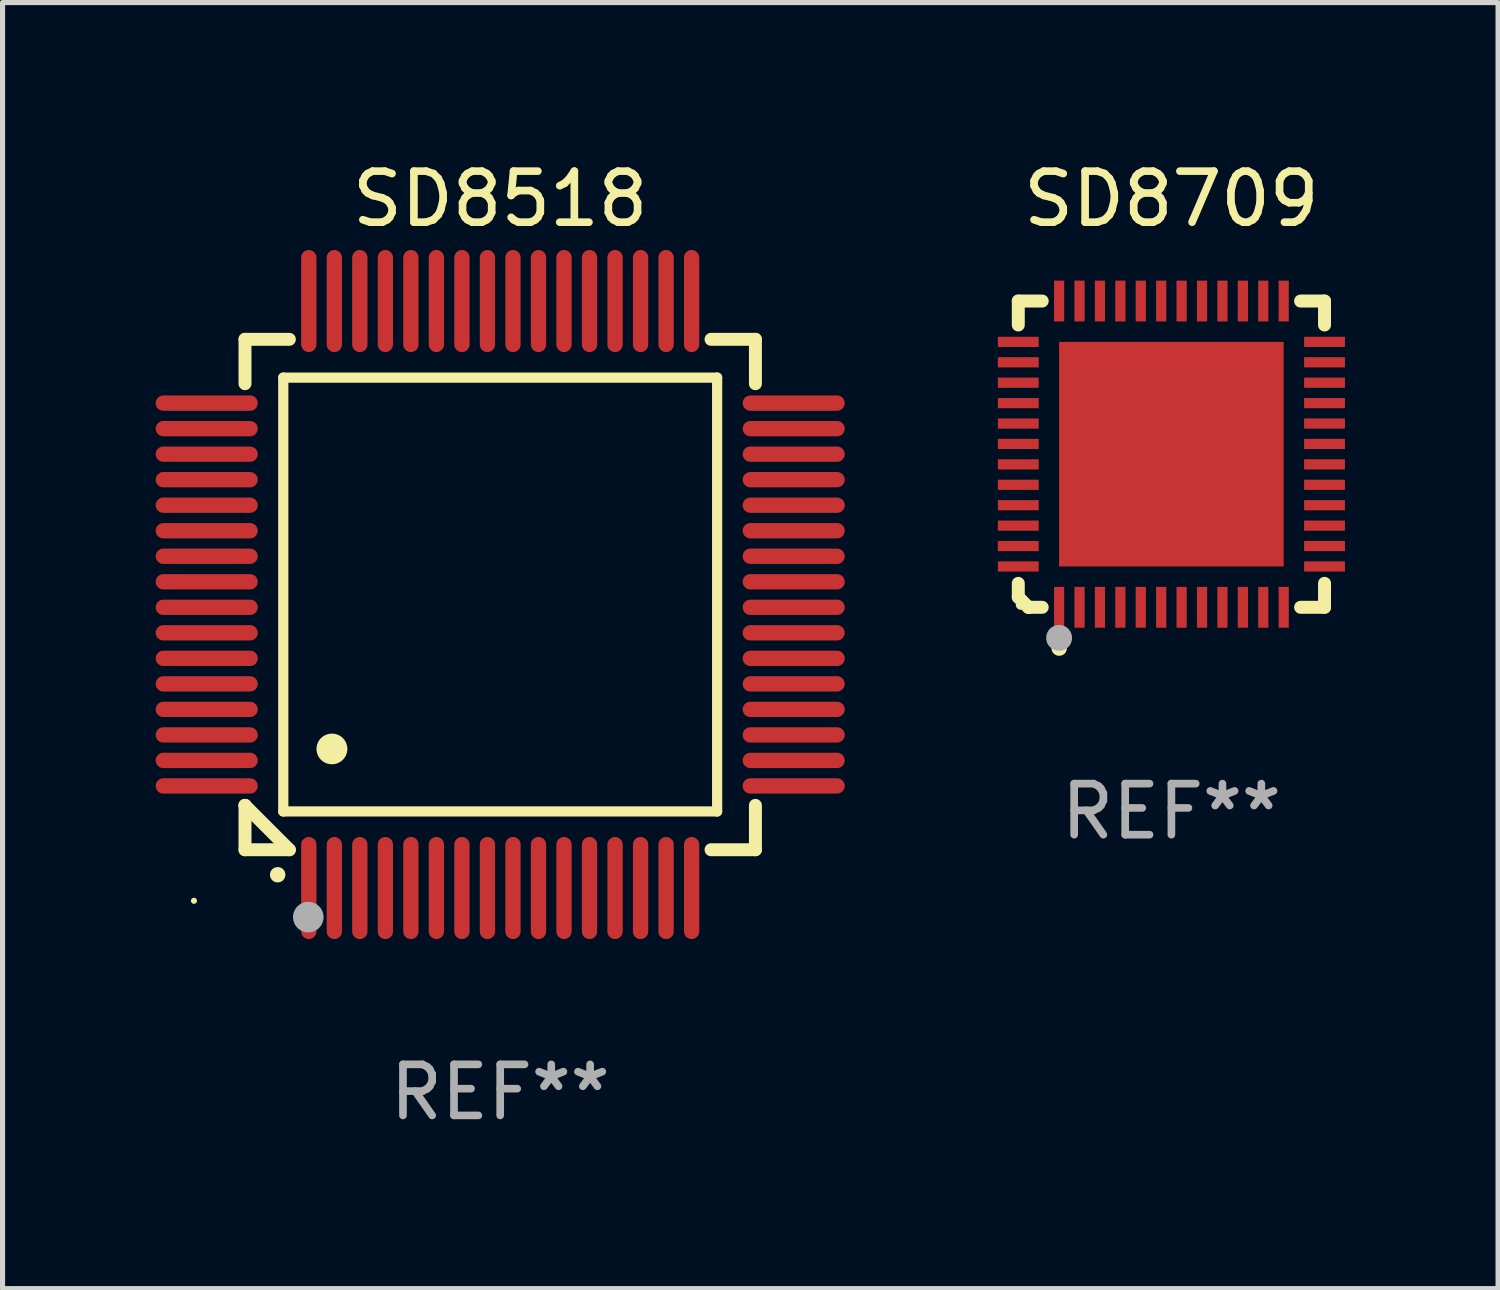
<source format=kicad_pcb>
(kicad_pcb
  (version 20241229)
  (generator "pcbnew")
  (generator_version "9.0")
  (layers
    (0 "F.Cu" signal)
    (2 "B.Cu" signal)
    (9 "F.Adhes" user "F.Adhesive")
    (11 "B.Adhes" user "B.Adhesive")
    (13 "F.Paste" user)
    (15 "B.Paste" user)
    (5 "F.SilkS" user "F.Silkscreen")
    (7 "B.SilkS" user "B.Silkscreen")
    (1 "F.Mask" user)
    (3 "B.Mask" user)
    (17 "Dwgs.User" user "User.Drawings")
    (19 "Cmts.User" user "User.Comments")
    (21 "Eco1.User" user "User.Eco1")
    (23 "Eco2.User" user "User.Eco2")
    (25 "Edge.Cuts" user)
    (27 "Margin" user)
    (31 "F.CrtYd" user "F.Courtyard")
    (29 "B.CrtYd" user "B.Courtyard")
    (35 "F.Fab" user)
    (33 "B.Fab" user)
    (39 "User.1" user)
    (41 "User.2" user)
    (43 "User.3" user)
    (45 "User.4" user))
  (footprint "SD8709"
    (layer "F.Cu")
    (at 19.9 5.848)
    (property "Reference" "SD8709" (at 0 -5 0) (layer "F.SilkS") (effects (font (size 1 1) (thickness 0.15))))
    (attr through_hole)
    (fp_line (start -3 -3) (end -3 -2.531) (stroke (width 0.254) (type solid)) (layer "F.SilkS"))
    (fp_line (start -3 2.8) (end -3 2.531) (stroke (width 0.254) (type solid)) (layer "F.SilkS"))
    (fp_line (start -2.8 3) (end -3 2.8) (stroke (width 0.254) (type solid)) (layer "F.SilkS"))
    (fp_line (start -2.8 3) (end -2.8 3) (stroke (width 0.254) (type solid)) (layer "F.SilkS"))
    (fp_line (start -2.531 -3) (end -3 -3) (stroke (width 0.254) (type solid)) (layer "F.SilkS"))
    (fp_line (start -2.531 3) (end -2.8 3) (stroke (width 0.254) (type solid)) (layer "F.SilkS"))
    (fp_line (start 2.531 -3) (end 3 -3) (stroke (width 0.254) (type solid)) (layer "F.SilkS"))
    (fp_line (start 3 -3) (end 3 -2.531) (stroke (width 0.254) (type solid)) (layer "F.SilkS"))
    (fp_line (start 3 2.531) (end 3 3) (stroke (width 0.254) (type solid)) (layer "F.SilkS"))
    (fp_line (start 3 3) (end 2.531 3) (stroke (width 0.254) (type solid)) (layer "F.SilkS"))
    (fp_arc (start -2.2 3.8) (mid -2.19873 3.799995) (end -2.19746 3.8) (stroke (width 0.3) (type solid)) (layer "F.SilkS"))
    (fp_circle (center -2.95 2.95) (end -2.9 2.95) (stroke (width 0.1) (type solid)) (fill no) (layer "F.SilkS"))
    (fp_circle (center -2.2 3.6) (end -2.073 3.6) (stroke (width 0.254) (type solid)) (fill no) (layer "F.Fab"))
    (fp_text user "REF**" (at 0 7 0) (layer "F.Fab") (effects (font (size 1 1) (thickness 0.15))))
    (pad "1" smd rect (at -2.2 3 180) (size 0.2 0.8) (layers "F.Cu" "F.Mask" "F.Paste"))
    (pad "2" smd rect (at -1.8 3 180) (size 0.2 0.8) (layers "F.Cu" "F.Mask" "F.Paste"))
    (pad "3" smd rect (at -1.4 3 180) (size 0.2 0.8) (layers "F.Cu" "F.Mask" "F.Paste"))
    (pad "4" smd rect (at -1 3 180) (size 0.2 0.8) (layers "F.Cu" "F.Mask" "F.Paste"))
    (pad "5" smd rect (at -0.6 3 180) (size 0.2 0.8) (layers "F.Cu" "F.Mask" "F.Paste"))
    (pad "6" smd rect (at -0.2 3 180) (size 0.2 0.8) (layers "F.Cu" "F.Mask" "F.Paste"))
    (pad "7" smd rect (at 0.2 3 180) (size 0.2 0.8) (layers "F.Cu" "F.Mask" "F.Paste"))
    (pad "8" smd rect (at 0.6 3 180) (size 0.2 0.8) (layers "F.Cu" "F.Mask" "F.Paste"))
    (pad "9" smd rect (at 1 3 180) (size 0.2 0.8) (layers "F.Cu" "F.Mask" "F.Paste"))
    (pad "10" smd rect (at 1.4 3 180) (size 0.2 0.8) (layers "F.Cu" "F.Mask" "F.Paste"))
    (pad "11" smd rect (at 1.8 3 180) (size 0.2 0.8) (layers "F.Cu" "F.Mask" "F.Paste"))
    (pad "12" smd rect (at 2.2 3 180) (size 0.2 0.8) (layers "F.Cu" "F.Mask" "F.Paste"))
    (pad "13" smd rect (at 3 2.2 90) (size 0.2 0.8) (layers "F.Cu" "F.Mask" "F.Paste"))
    (pad "14" smd rect (at 3 1.8 90) (size 0.2 0.8) (layers "F.Cu" "F.Mask" "F.Paste"))
    (pad "15" smd rect (at 3 1.4 90) (size 0.2 0.8) (layers "F.Cu" "F.Mask" "F.Paste"))
    (pad "16" smd rect (at 3 1 90) (size 0.2 0.8) (layers "F.Cu" "F.Mask" "F.Paste"))
    (pad "17" smd rect (at 3 0.6 90) (size 0.2 0.8) (layers "F.Cu" "F.Mask" "F.Paste"))
    (pad "18" smd rect (at 3 0.2 90) (size 0.2 0.8) (layers "F.Cu" "F.Mask" "F.Paste"))
    (pad "19" smd rect (at 3 -0.2 90) (size 0.2 0.8) (layers "F.Cu" "F.Mask" "F.Paste"))
    (pad "20" smd rect (at 3 -0.6 90) (size 0.2 0.8) (layers "F.Cu" "F.Mask" "F.Paste"))
    (pad "21" smd rect (at 3 -1 90) (size 0.2 0.8) (layers "F.Cu" "F.Mask" "F.Paste"))
    (pad "22" smd rect (at 3 -1.4 90) (size 0.2 0.8) (layers "F.Cu" "F.Mask" "F.Paste"))
    (pad "23" smd rect (at 3 -1.8 90) (size 0.2 0.8) (layers "F.Cu" "F.Mask" "F.Paste"))
    (pad "24" smd rect (at 3 -2.2 90) (size 0.2 0.8) (layers "F.Cu" "F.Mask" "F.Paste"))
    (pad "25" smd rect (at 2.2 -3 180) (size 0.2 0.8) (layers "F.Cu" "F.Mask" "F.Paste"))
    (pad "26" smd rect (at 1.8 -3 180) (size 0.2 0.8) (layers "F.Cu" "F.Mask" "F.Paste"))
    (pad "27" smd rect (at 1.4 -3 180) (size 0.2 0.8) (layers "F.Cu" "F.Mask" "F.Paste"))
    (pad "28" smd rect (at 1 -3 180) (size 0.2 0.8) (layers "F.Cu" "F.Mask" "F.Paste"))
    (pad "29" smd rect (at 0.6 -3 180) (size 0.2 0.8) (layers "F.Cu" "F.Mask" "F.Paste"))
    (pad "30" smd rect (at 0.2 -3 180) (size 0.2 0.8) (layers "F.Cu" "F.Mask" "F.Paste"))
    (pad "31" smd rect (at -0.2 -3 180) (size 0.2 0.8) (layers "F.Cu" "F.Mask" "F.Paste"))
    (pad "32" smd rect (at -0.6 -3 180) (size 0.2 0.8) (layers "F.Cu" "F.Mask" "F.Paste"))
    (pad "33" smd rect (at -1 -3 180) (size 0.2 0.8) (layers "F.Cu" "F.Mask" "F.Paste"))
    (pad "34" smd rect (at -1.4 -3 180) (size 0.2 0.8) (layers "F.Cu" "F.Mask" "F.Paste"))
    (pad "35" smd rect (at -1.8 -3 180) (size 0.2 0.8) (layers "F.Cu" "F.Mask" "F.Paste"))
    (pad "36" smd rect (at -2.2 -3 180) (size 0.2 0.8) (layers "F.Cu" "F.Mask" "F.Paste"))
    (pad "37" smd rect (at -3 -2.2 90) (size 0.2 0.8) (layers "F.Cu" "F.Mask" "F.Paste"))
    (pad "38" smd rect (at -3 -1.8 90) (size 0.2 0.8) (layers "F.Cu" "F.Mask" "F.Paste"))
    (pad "39" smd rect (at -3 -1.4 90) (size 0.2 0.8) (layers "F.Cu" "F.Mask" "F.Paste"))
    (pad "40" smd rect (at -3 -1 90) (size 0.2 0.8) (layers "F.Cu" "F.Mask" "F.Paste"))
    (pad "41" smd rect (at -3 -0.6 90) (size 0.2 0.8) (layers "F.Cu" "F.Mask" "F.Paste"))
    (pad "42" smd rect (at -3 -0.2 90) (size 0.2 0.8) (layers "F.Cu" "F.Mask" "F.Paste"))
    (pad "43" smd rect (at -3 0.2 90) (size 0.2 0.8) (layers "F.Cu" "F.Mask" "F.Paste"))
    (pad "44" smd rect (at -3 0.6 90) (size 0.2 0.8) (layers "F.Cu" "F.Mask" "F.Paste"))
    (pad "45" smd rect (at -3 1 90) (size 0.2 0.8) (layers "F.Cu" "F.Mask" "F.Paste"))
    (pad "46" smd rect (at -3 1.4 90) (size 0.2 0.8) (layers "F.Cu" "F.Mask" "F.Paste"))
    (pad "47" smd rect (at -3 1.8 90) (size 0.2 0.8) (layers "F.Cu" "F.Mask" "F.Paste"))
    (pad "48" smd rect (at -3 2.2 90) (size 0.2 0.8) (layers "F.Cu" "F.Mask" "F.Paste"))
    (pad "49" smd rect (at 0 0 90) (size 4.4 4.4) (layers "F.Cu" "F.Mask" "F.Paste")))
  (footprint "SD8518"
    (layer "F.Cu")
    (at 6.75 8.598)
    (property "Reference" "SD8518" (at 0 -7.75 0) (layer "F.SilkS") (effects (font (size 1 1) (thickness 0.15))))
    (attr through_hole)
    (fp_line (start -5 -5) (end -4.131 -5) (stroke (width 0.254) (type solid)) (layer "F.SilkS"))
    (fp_line (start -5 -4.131) (end -5 -5) (stroke (width 0.254) (type solid)) (layer "F.SilkS"))
    (fp_line (start -5 4.131) (end -5 4.131) (stroke (width 0.254) (type solid)) (layer "F.SilkS"))
    (fp_line (start -5 5) (end -5 4.131) (stroke (width 0.254) (type solid)) (layer "F.SilkS"))
    (fp_line (start -5 4.131) (end -4.131 5) (stroke (width 0.254) (type solid)) (layer "F.SilkS"))
    (fp_line (start -4.25 -4.25) (end -4.25 4.25) (stroke (width 0.2) (type solid)) (layer "F.SilkS"))
    (fp_line (start -4.25 4.25) (end 4.25 4.25) (stroke (width 0.2) (type solid)) (layer "F.SilkS"))
    (fp_line (start -4.131 5) (end -5 5) (stroke (width 0.254) (type solid)) (layer "F.SilkS"))
    (fp_line (start 4.25 -4.25) (end -4.25 -4.25) (stroke (width 0.2) (type solid)) (layer "F.SilkS"))
    (fp_line (start 4.25 4.25) (end 4.25 -4.25) (stroke (width 0.2) (type solid)) (layer "F.SilkS"))
    (fp_line (start 5 -5) (end 4.131 -5) (stroke (width 0.254) (type solid)) (layer "F.SilkS"))
    (fp_line (start 5 -5) (end 5 -4.131) (stroke (width 0.254) (type solid)) (layer "F.SilkS"))
    (fp_line (start 5 4.131) (end 5 5) (stroke (width 0.254) (type solid)) (layer "F.SilkS"))
    (fp_line (start 5 5) (end 4.131 5) (stroke (width 0.254) (type solid)) (layer "F.SilkS"))
    (fp_arc (start -4.361265 5.489992) (mid -4.359995 5.489987) (end -4.358725 5.489992) (stroke (width 0.3) (type solid)) (layer "F.SilkS"))
    (fp_arc (start -3.299467 3.025146) (mid -3.296927 3.025135) (end -3.294387 3.025146) (stroke (width 0.6) (type solid)) (layer "F.SilkS"))
    (fp_circle (center -6 6) (end -5.97 6) (stroke (width 0.06) (type solid)) (fill no) (layer "F.SilkS"))
    (fp_circle (center -3.76 6.32) (end -3.61 6.32) (stroke (width 0.3) (type solid)) (fill no) (layer "F.Fab"))
    (fp_text user "REF**" (at 0 9.75 0) (layer "F.Fab") (effects (font (size 1 1) (thickness 0.15))))
    (pad "1" smd oval (at -3.75 5.75) (size 0.3 2) (layers "F.Cu" "F.Mask" "F.Paste"))
    (pad "2" smd oval (at -3.25 5.75) (size 0.3 2) (layers "F.Cu" "F.Mask" "F.Paste"))
    (pad "3" smd oval (at -2.75 5.75) (size 0.3 2) (layers "F.Cu" "F.Mask" "F.Paste"))
    (pad "4" smd oval (at -2.25 5.75) (size 0.3 2) (layers "F.Cu" "F.Mask" "F.Paste"))
    (pad "5" smd oval (at -1.75 5.75) (size 0.3 2) (layers "F.Cu" "F.Mask" "F.Paste"))
    (pad "6" smd oval (at -1.25 5.75) (size 0.3 2) (layers "F.Cu" "F.Mask" "F.Paste"))
    (pad "7" smd oval (at -0.75 5.75) (size 0.3 2) (layers "F.Cu" "F.Mask" "F.Paste"))
    (pad "8" smd oval (at -0.25 5.75) (size 0.3 2) (layers "F.Cu" "F.Mask" "F.Paste"))
    (pad "9" smd oval (at 0.25 5.75) (size 0.3 2) (layers "F.Cu" "F.Mask" "F.Paste"))
    (pad "10" smd oval (at 0.75 5.75) (size 0.3 2) (layers "F.Cu" "F.Mask" "F.Paste"))
    (pad "11" smd oval (at 1.25 5.75) (size 0.3 2) (layers "F.Cu" "F.Mask" "F.Paste"))
    (pad "12" smd oval (at 1.75 5.75) (size 0.3 2) (layers "F.Cu" "F.Mask" "F.Paste"))
    (pad "13" smd oval (at 2.25 5.75) (size 0.3 2) (layers "F.Cu" "F.Mask" "F.Paste"))
    (pad "14" smd oval (at 2.75 5.75) (size 0.3 2) (layers "F.Cu" "F.Mask" "F.Paste"))
    (pad "15" smd oval (at 3.25 5.75) (size 0.3 2) (layers "F.Cu" "F.Mask" "F.Paste"))
    (pad "16" smd oval (at 3.75 5.75) (size 0.3 2) (layers "F.Cu" "F.Mask" "F.Paste"))
    (pad "17" smd oval (at 5.75 3.75) (size 2 0.3) (layers "F.Cu" "F.Mask" "F.Paste"))
    (pad "18" smd oval (at 5.75 3.25) (size 2 0.3) (layers "F.Cu" "F.Mask" "F.Paste"))
    (pad "19" smd oval (at 5.75 2.75) (size 2 0.3) (layers "F.Cu" "F.Mask" "F.Paste"))
    (pad "20" smd oval (at 5.75 2.25) (size 2 0.3) (layers "F.Cu" "F.Mask" "F.Paste"))
    (pad "21" smd oval (at 5.75 1.75) (size 2 0.3) (layers "F.Cu" "F.Mask" "F.Paste"))
    (pad "22" smd oval (at 5.75 1.25) (size 2 0.3) (layers "F.Cu" "F.Mask" "F.Paste"))
    (pad "23" smd oval (at 5.75 0.75) (size 2 0.3) (layers "F.Cu" "F.Mask" "F.Paste"))
    (pad "24" smd oval (at 5.75 0.25) (size 2 0.3) (layers "F.Cu" "F.Mask" "F.Paste"))
    (pad "25" smd oval (at 5.75 -0.25) (size 2 0.3) (layers "F.Cu" "F.Mask" "F.Paste"))
    (pad "26" smd oval (at 5.75 -0.75) (size 2 0.3) (layers "F.Cu" "F.Mask" "F.Paste"))
    (pad "27" smd oval (at 5.75 -1.25) (size 2 0.3) (layers "F.Cu" "F.Mask" "F.Paste"))
    (pad "28" smd oval (at 5.75 -1.75) (size 2 0.3) (layers "F.Cu" "F.Mask" "F.Paste"))
    (pad "29" smd oval (at 5.75 -2.25) (size 2 0.3) (layers "F.Cu" "F.Mask" "F.Paste"))
    (pad "30" smd oval (at 5.75 -2.75) (size 2 0.3) (layers "F.Cu" "F.Mask" "F.Paste"))
    (pad "31" smd oval (at 5.75 -3.25) (size 2 0.3) (layers "F.Cu" "F.Mask" "F.Paste"))
    (pad "32" smd oval (at 5.75 -3.75) (size 2 0.3) (layers "F.Cu" "F.Mask" "F.Paste"))
    (pad "33" smd oval (at 3.75 -5.75) (size 0.3 2) (layers "F.Cu" "F.Mask" "F.Paste"))
    (pad "34" smd oval (at 3.25 -5.75) (size 0.3 2) (layers "F.Cu" "F.Mask" "F.Paste"))
    (pad "35" smd oval (at 2.75 -5.75) (size 0.3 2) (layers "F.Cu" "F.Mask" "F.Paste"))
    (pad "36" smd oval (at 2.25 -5.75) (size 0.3 2) (layers "F.Cu" "F.Mask" "F.Paste"))
    (pad "37" smd oval (at 1.75 -5.75) (size 0.3 2) (layers "F.Cu" "F.Mask" "F.Paste"))
    (pad "38" smd oval (at 1.25 -5.75) (size 0.3 2) (layers "F.Cu" "F.Mask" "F.Paste"))
    (pad "39" smd oval (at 0.75 -5.75) (size 0.3 2) (layers "F.Cu" "F.Mask" "F.Paste"))
    (pad "40" smd oval (at 0.25 -5.75) (size 0.3 2) (layers "F.Cu" "F.Mask" "F.Paste"))
    (pad "41" smd oval (at -0.25 -5.75) (size 0.3 2) (layers "F.Cu" "F.Mask" "F.Paste"))
    (pad "42" smd oval (at -0.75 -5.75) (size 0.3 2) (layers "F.Cu" "F.Mask" "F.Paste"))
    (pad "43" smd oval (at -1.25 -5.75) (size 0.3 2) (layers "F.Cu" "F.Mask" "F.Paste"))
    (pad "44" smd oval (at -1.75 -5.75) (size 0.3 2) (layers "F.Cu" "F.Mask" "F.Paste"))
    (pad "45" smd oval (at -2.25 -5.75) (size 0.3 2) (layers "F.Cu" "F.Mask" "F.Paste"))
    (pad "46" smd oval (at -2.75 -5.75) (size 0.3 2) (layers "F.Cu" "F.Mask" "F.Paste"))
    (pad "47" smd oval (at -3.25 -5.75) (size 0.3 2) (layers "F.Cu" "F.Mask" "F.Paste"))
    (pad "48" smd oval (at -3.75 -5.75) (size 0.3 2) (layers "F.Cu" "F.Mask" "F.Paste"))
    (pad "49" smd oval (at -5.75 -3.75) (size 2 0.3) (layers "F.Cu" "F.Mask" "F.Paste"))
    (pad "50" smd oval (at -5.75 -3.25) (size 2 0.3) (layers "F.Cu" "F.Mask" "F.Paste"))
    (pad "51" smd oval (at -5.75 -2.75) (size 2 0.3) (layers "F.Cu" "F.Mask" "F.Paste"))
    (pad "52" smd oval (at -5.75 -2.25) (size 2 0.3) (layers "F.Cu" "F.Mask" "F.Paste"))
    (pad "53" smd oval (at -5.75 -1.75) (size 2 0.3) (layers "F.Cu" "F.Mask" "F.Paste"))
    (pad "54" smd oval (at -5.75 -1.25) (size 2 0.3) (layers "F.Cu" "F.Mask" "F.Paste"))
    (pad "55" smd oval (at -5.75 -0.75) (size 2 0.3) (layers "F.Cu" "F.Mask" "F.Paste"))
    (pad "56" smd oval (at -5.75 -0.25) (size 2 0.3) (layers "F.Cu" "F.Mask" "F.Paste"))
    (pad "57" smd oval (at -5.75 0.25) (size 2 0.3) (layers "F.Cu" "F.Mask" "F.Paste"))
    (pad "58" smd oval (at -5.75 0.75) (size 2 0.3) (layers "F.Cu" "F.Mask" "F.Paste"))
    (pad "59" smd oval (at -5.75 1.25) (size 2 0.3) (layers "F.Cu" "F.Mask" "F.Paste"))
    (pad "60" smd oval (at -5.75 1.75) (size 2 0.3) (layers "F.Cu" "F.Mask" "F.Paste"))
    (pad "61" smd oval (at -5.75 2.25) (size 2 0.3) (layers "F.Cu" "F.Mask" "F.Paste"))
    (pad "62" smd oval (at -5.75 2.75) (size 2 0.3) (layers "F.Cu" "F.Mask" "F.Paste"))
    (pad "63" smd oval (at -5.75 3.25) (size 2 0.3) (layers "F.Cu" "F.Mask" "F.Paste"))
    (pad "64" smd oval (at -5.75 3.75) (size 2 0.3) (layers "F.Cu" "F.Mask" "F.Paste")))
  (gr_rect
    (start -3 -3)
    (end 26.3 22.196)
    (stroke (width 0.1) (type default))
    (fill no)
    (layer "Edge.Cuts")))
</source>
